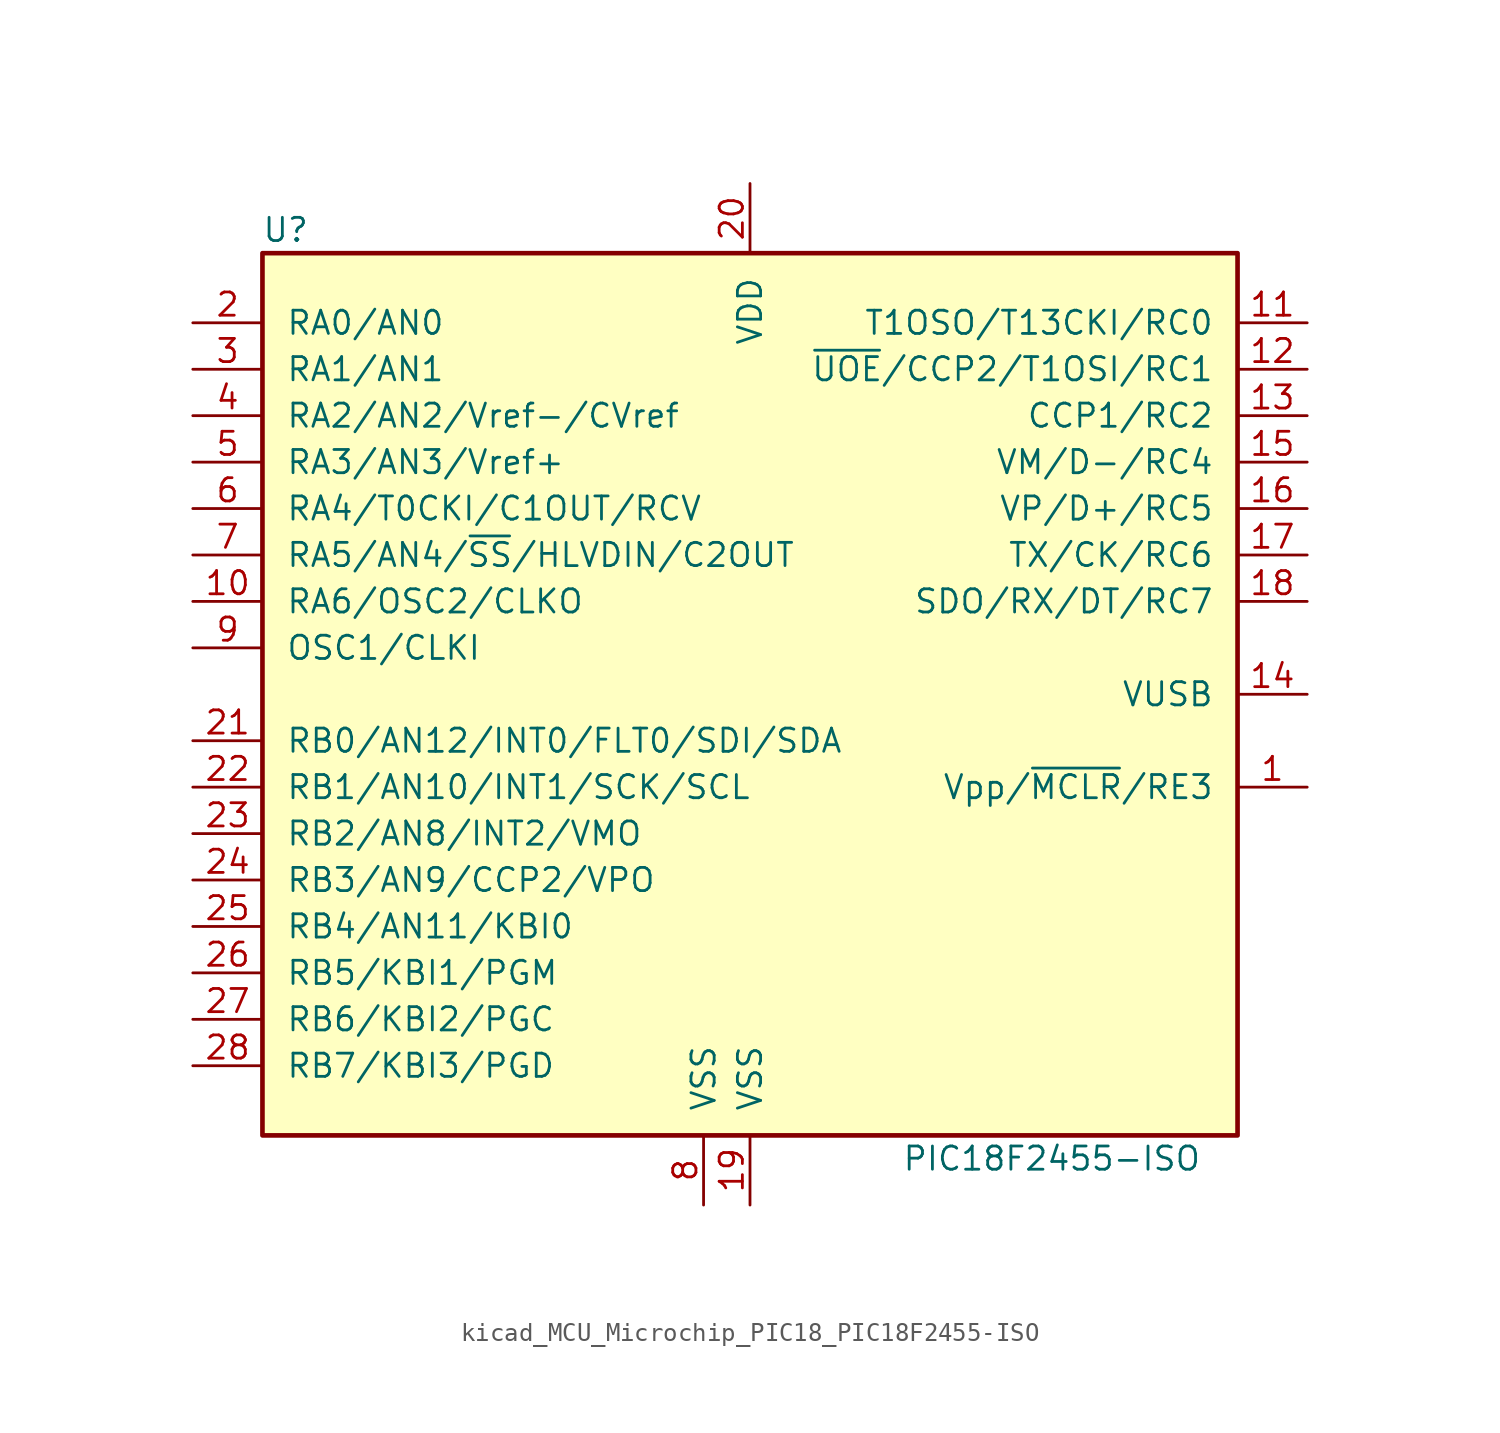
<source format=kicad_sym>
(kicad_symbol_lib
  (version 20220914)
  (generator kicad_symbol_editor)
  (symbol "kicad_MCU_Microchip_PIC18_PIC18F2455-ISO"
    (pin_names
      (offset 1.27))
    (property "Reference" "U"
      (at -25.4 25.4 0)
      (effects (font (size 1.27 1.27))))
    (property "Value" "PIC18F2455-ISO"
      (at 16.51 -25.4 0)
      (effects (font (size 1.27 1.27))))
    (symbol "kicad_MCU_Microchip_PIC18_PIC18F2455-ISO_0_1"
      (rectangle (start -26.67 24.13) (end 26.67 -24.13) (stroke (width 0.254) (type default)) (fill (type background))))
    (symbol "kicad_MCU_Microchip_PIC18_PIC18F2455-ISO_1_1"
      (pin input line (at 30.48 -5.08 180) (length 3.81) (name "Vpp/~{MCLR}/RE3" (effects (font (size 1.27 1.27)))) (number "1" (effects (font (size 1.27 1.27)))))
      (pin output line (at -30.48 5.08 0) (length 3.81) (name "RA6/OSC2/CLKO" (effects (font (size 1.27 1.27)))) (number "10" (effects (font (size 1.27 1.27)))))
      (pin bidirectional line (at 30.48 20.32 180) (length 3.81) (name "T1OSO/T13CKI/RC0" (effects (font (size 1.27 1.27)))) (number "11" (effects (font (size 1.27 1.27)))))
      (pin bidirectional line (at 30.48 17.78 180) (length 3.81) (name "~{UOE}/CCP2/T1OSI/RC1" (effects (font (size 1.27 1.27)))) (number "12" (effects (font (size 1.27 1.27)))))
      (pin bidirectional line (at 30.48 15.24 180) (length 3.81) (name "CCP1/RC2" (effects (font (size 1.27 1.27)))) (number "13" (effects (font (size 1.27 1.27)))))
      (pin bidirectional line (at 30.48 0 180) (length 3.81) (name "VUSB" (effects (font (size 1.27 1.27)))) (number "14" (effects (font (size 1.27 1.27)))))
      (pin bidirectional line (at 30.48 12.7 180) (length 3.81) (name "VM/D-/RC4" (effects (font (size 1.27 1.27)))) (number "15" (effects (font (size 1.27 1.27)))))
      (pin bidirectional line (at 30.48 10.16 180) (length 3.81) (name "VP/D+/RC5" (effects (font (size 1.27 1.27)))) (number "16" (effects (font (size 1.27 1.27)))))
      (pin bidirectional line (at 30.48 7.62 180) (length 3.81) (name "TX/CK/RC6" (effects (font (size 1.27 1.27)))) (number "17" (effects (font (size 1.27 1.27)))))
      (pin bidirectional line (at 30.48 5.08 180) (length 3.81) (name "SDO/RX/DT/RC7" (effects (font (size 1.27 1.27)))) (number "18" (effects (font (size 1.27 1.27)))))
      (pin power_in line (at 0 -27.94 90) (length 3.81) (name "VSS" (effects (font (size 1.27 1.27)))) (number "19" (effects (font (size 1.27 1.27)))))
      (pin bidirectional line (at -30.48 20.32 0) (length 3.81) (name "RA0/AN0" (effects (font (size 1.27 1.27)))) (number "2" (effects (font (size 1.27 1.27)))))
      (pin power_in line (at 0 27.94 270) (length 3.81) (name "VDD" (effects (font (size 1.27 1.27)))) (number "20" (effects (font (size 1.27 1.27)))))
      (pin bidirectional line (at -30.48 -2.54 0) (length 3.81) (name "RB0/AN12/INT0/FLT0/SDI/SDA" (effects (font (size 1.27 1.27)))) (number "21" (effects (font (size 1.27 1.27)))))
      (pin bidirectional line (at -30.48 -5.08 0) (length 3.81) (name "RB1/AN10/INT1/SCK/SCL" (effects (font (size 1.27 1.27)))) (number "22" (effects (font (size 1.27 1.27)))))
      (pin bidirectional line (at -30.48 -7.62 0) (length 3.81) (name "RB2/AN8/INT2/VMO" (effects (font (size 1.27 1.27)))) (number "23" (effects (font (size 1.27 1.27)))))
      (pin bidirectional line (at -30.48 -10.16 0) (length 3.81) (name "RB3/AN9/CCP2/VPO" (effects (font (size 1.27 1.27)))) (number "24" (effects (font (size 1.27 1.27)))))
      (pin bidirectional line (at -30.48 -12.7 0) (length 3.81) (name "RB4/AN11/KBI0" (effects (font (size 1.27 1.27)))) (number "25" (effects (font (size 1.27 1.27)))))
      (pin bidirectional line (at -30.48 -15.24 0) (length 3.81) (name "RB5/KBI1/PGM" (effects (font (size 1.27 1.27)))) (number "26" (effects (font (size 1.27 1.27)))))
      (pin bidirectional line (at -30.48 -17.78 0) (length 3.81) (name "RB6/KBI2/PGC" (effects (font (size 1.27 1.27)))) (number "27" (effects (font (size 1.27 1.27)))))
      (pin bidirectional line (at -30.48 -20.32 0) (length 3.81) (name "RB7/KBI3/PGD" (effects (font (size 1.27 1.27)))) (number "28" (effects (font (size 1.27 1.27)))))
      (pin bidirectional line (at -30.48 17.78 0) (length 3.81) (name "RA1/AN1" (effects (font (size 1.27 1.27)))) (number "3" (effects (font (size 1.27 1.27)))))
      (pin bidirectional line (at -30.48 15.24 0) (length 3.81) (name "RA2/AN2/Vref-/CVref" (effects (font (size 1.27 1.27)))) (number "4" (effects (font (size 1.27 1.27)))))
      (pin bidirectional line (at -30.48 12.7 0) (length 3.81) (name "RA3/AN3/Vref+" (effects (font (size 1.27 1.27)))) (number "5" (effects (font (size 1.27 1.27)))))
      (pin bidirectional line (at -30.48 10.16 0) (length 3.81) (name "RA4/T0CKI/C1OUT/RCV" (effects (font (size 1.27 1.27)))) (number "6" (effects (font (size 1.27 1.27)))))
      (pin bidirectional line (at -30.48 7.62 0) (length 3.81) (name "RA5/AN4/~{SS}/HLVDIN/C2OUT" (effects (font (size 1.27 1.27)))) (number "7" (effects (font (size 1.27 1.27)))))
      (pin power_in line (at -2.54 -27.94 90) (length 3.81) (name "VSS" (effects (font (size 1.27 1.27)))) (number "8" (effects (font (size 1.27 1.27)))))
      (pin input line (at -30.48 2.54 0) (length 3.81) (name "OSC1/CLKI" (effects (font (size 1.27 1.27)))) (number "9" (effects (font (size 1.27 1.27))))))))
</source>
